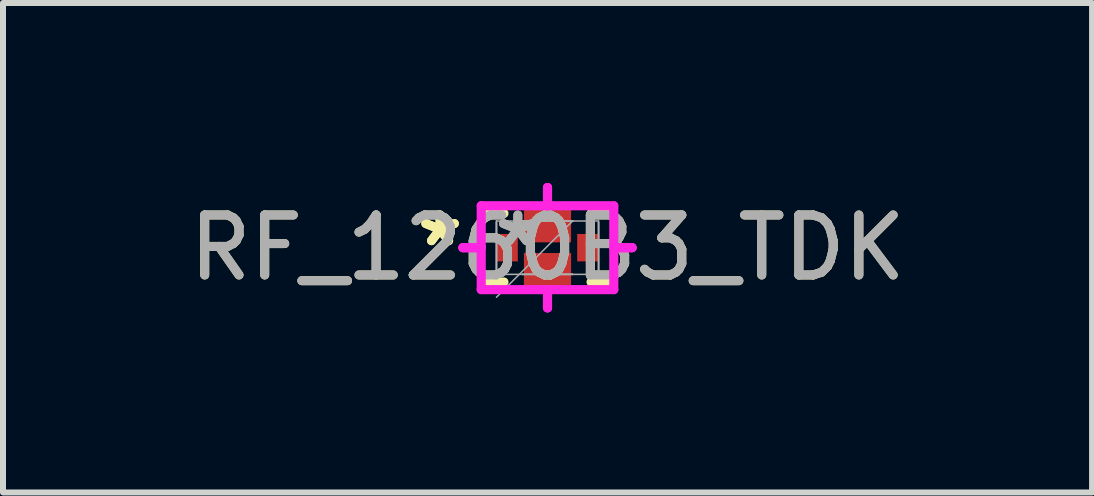
<source format=kicad_pcb>
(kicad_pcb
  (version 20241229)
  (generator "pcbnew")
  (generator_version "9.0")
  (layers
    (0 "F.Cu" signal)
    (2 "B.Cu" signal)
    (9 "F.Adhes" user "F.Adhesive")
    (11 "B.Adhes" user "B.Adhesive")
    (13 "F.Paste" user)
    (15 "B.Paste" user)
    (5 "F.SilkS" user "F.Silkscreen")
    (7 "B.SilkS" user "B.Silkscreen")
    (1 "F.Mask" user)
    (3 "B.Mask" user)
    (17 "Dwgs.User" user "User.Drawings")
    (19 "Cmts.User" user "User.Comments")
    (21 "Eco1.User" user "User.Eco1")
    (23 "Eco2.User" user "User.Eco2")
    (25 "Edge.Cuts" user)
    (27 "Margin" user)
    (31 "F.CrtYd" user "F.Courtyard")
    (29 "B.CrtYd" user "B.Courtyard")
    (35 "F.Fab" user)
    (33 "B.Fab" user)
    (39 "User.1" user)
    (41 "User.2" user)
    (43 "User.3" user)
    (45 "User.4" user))
  (footprint "RF_1260B3_TDK"
    (layer "F.Cu")
    (at 6.077 1.079)
    (property "Reference" "RF_1260B3_TDK" (at 0 0 0) (unlocked yes) (layer "F.SilkS") (effects (font (size 1 1) (thickness 0.15))))
    (attr smd)
    (fp_line (start -0.978 0.572) (end -0.726 0.572) (stroke (width 0.152) (type solid)) (layer "F.SilkS"))
    (fp_line (start -0.726 -0.572) (end -0.978 -0.572) (stroke (width 0.152) (type solid)) (layer "F.SilkS"))
    (fp_line (start 0.726 0.572) (end 0.978 0.572) (stroke (width 0.152) (type solid)) (layer "F.SilkS"))
    (fp_line (start 0.978 -0.572) (end 0.726 -0.572) (stroke (width 0.152) (type solid)) (layer "F.SilkS"))
    (fp_line (start -1.41 0) (end -1.41 0) (stroke (width 0.152) (type solid)) (layer "F.CrtYd"))
    (fp_line (start -1.41 0) (end -1.105 0) (stroke (width 0.152) (type solid)) (layer "F.CrtYd"))
    (fp_line (start -1.105 -0.699) (end 0 -0.699) (stroke (width 0.152) (type solid)) (layer "F.CrtYd"))
    (fp_line (start -1.105 0) (end -1.41 0) (stroke (width 0.152) (type solid)) (layer "F.CrtYd"))
    (fp_line (start -1.105 0) (end -1.105 -0.699) (stroke (width 0.152) (type solid)) (layer "F.CrtYd"))
    (fp_line (start -1.105 0.699) (end -1.105 0) (stroke (width 0.152) (type solid)) (layer "F.CrtYd"))
    (fp_line (start 0 -1.003) (end 0 -1.003) (stroke (width 0.152) (type solid)) (layer "F.CrtYd"))
    (fp_line (start 0 -1.003) (end 0 -0.699) (stroke (width 0.152) (type solid)) (layer "F.CrtYd"))
    (fp_line (start 0 -0.699) (end 0 -1.003) (stroke (width 0.152) (type solid)) (layer "F.CrtYd"))
    (fp_line (start 0 -0.699) (end 1.105 -0.699) (stroke (width 0.152) (type solid)) (layer "F.CrtYd"))
    (fp_line (start 0 0.699) (end -1.105 0.699) (stroke (width 0.152) (type solid)) (layer "F.CrtYd"))
    (fp_line (start 0 0.699) (end 0 1.003) (stroke (width 0.152) (type solid)) (layer "F.CrtYd"))
    (fp_line (start 0 1.003) (end 0 0.699) (stroke (width 0.152) (type solid)) (layer "F.CrtYd"))
    (fp_line (start 0 1.003) (end 0 1.003) (stroke (width 0.152) (type solid)) (layer "F.CrtYd"))
    (fp_line (start 1.105 -0.699) (end 1.105 0) (stroke (width 0.152) (type solid)) (layer "F.CrtYd"))
    (fp_line (start 1.105 0) (end 1.105 0.699) (stroke (width 0.152) (type solid)) (layer "F.CrtYd"))
    (fp_line (start 1.105 0) (end 1.41 0) (stroke (width 0.152) (type solid)) (layer "F.CrtYd"))
    (fp_line (start 1.105 0.699) (end 0 0.699) (stroke (width 0.152) (type solid)) (layer "F.CrtYd"))
    (fp_line (start 1.41 0) (end 1.105 0) (stroke (width 0.152) (type solid)) (layer "F.CrtYd"))
    (fp_line (start 1.41 0) (end 1.41 0) (stroke (width 0.152) (type solid)) (layer "F.CrtYd"))
    (fp_line (start -0.851 -0.445) (end -0.851 -0.445) (stroke (width 0.025) (type solid)) (layer "F.Fab"))
    (fp_line (start -0.851 -0.445) (end -0.851 0.445) (stroke (width 0.025) (type solid)) (layer "F.Fab"))
    (fp_line (start -0.851 -0.419) (end -0.851 -0.419) (stroke (width 0.025) (type solid)) (layer "F.Fab"))
    (fp_line (start -0.851 -0.419) (end -0.851 0.419) (stroke (width 0.025) (type solid)) (layer "F.Fab"))
    (fp_line (start -0.851 0.419) (end -0.851 -0.419) (stroke (width 0.025) (type solid)) (layer "F.Fab"))
    (fp_line (start -0.851 0.419) (end -0.851 0.419) (stroke (width 0.025) (type solid)) (layer "F.Fab"))
    (fp_line (start -0.851 0.445) (end -0.851 0.445) (stroke (width 0.025) (type solid)) (layer "F.Fab"))
    (fp_line (start -0.851 0.445) (end 0.851 0.445) (stroke (width 0.025) (type solid)) (layer "F.Fab"))
    (fp_line (start -0.851 0.826) (end 0.419 -0.445) (stroke (width 0.025) (type solid)) (layer "F.Fab"))
    (fp_line (start -0.419 -0.445) (end -0.419 -0.445) (stroke (width 0.025) (type solid)) (layer "F.Fab"))
    (fp_line (start -0.419 -0.445) (end 0.419 -0.445) (stroke (width 0.025) (type solid)) (layer "F.Fab"))
    (fp_line (start -0.419 0.445) (end -0.419 0.445) (stroke (width 0.025) (type solid)) (layer "F.Fab"))
    (fp_line (start -0.419 0.445) (end 0.419 0.445) (stroke (width 0.025) (type solid)) (layer "F.Fab"))
    (fp_line (start 0.419 -0.445) (end -0.419 -0.445) (stroke (width 0.025) (type solid)) (layer "F.Fab"))
    (fp_line (start 0.419 -0.445) (end 0.419 -0.445) (stroke (width 0.025) (type solid)) (layer "F.Fab"))
    (fp_line (start 0.419 0.445) (end -0.419 0.445) (stroke (width 0.025) (type solid)) (layer "F.Fab"))
    (fp_line (start 0.419 0.445) (end 0.419 0.445) (stroke (width 0.025) (type solid)) (layer "F.Fab"))
    (fp_line (start 0.851 -0.445) (end -0.851 -0.445) (stroke (width 0.025) (type solid)) (layer "F.Fab"))
    (fp_line (start 0.851 -0.445) (end 0.851 -0.445) (stroke (width 0.025) (type solid)) (layer "F.Fab"))
    (fp_line (start 0.851 -0.419) (end 0.851 -0.419) (stroke (width 0.025) (type solid)) (layer "F.Fab"))
    (fp_line (start 0.851 -0.419) (end 0.851 0.419) (stroke (width 0.025) (type solid)) (layer "F.Fab"))
    (fp_line (start 0.851 0.419) (end 0.851 -0.419) (stroke (width 0.025) (type solid)) (layer "F.Fab"))
    (fp_line (start 0.851 0.419) (end 0.851 0.419) (stroke (width 0.025) (type solid)) (layer "F.Fab"))
    (fp_line (start 0.851 0.445) (end 0.851 -0.445) (stroke (width 0.025) (type solid)) (layer "F.Fab"))
    (fp_line (start 0.851 0.445) (end 0.851 0.445) (stroke (width 0.025) (type solid)) (layer "F.Fab"))
    (fp_text user "*" (at -1.791 0 0) (layer "F.SilkS") (effects (font (size 1 1) (thickness 0.15))))
    (fp_text user "*" (at -1.791 0 0) (unlocked yes) (layer "F.SilkS") (effects (font (size 1 1) (thickness 0.15))))
    (fp_text user "${REFERENCE}" (at 0 0 0) (unlocked yes) (layer "F.Fab") (effects (font (size 1 1) (thickness 0.15))))
    (fp_text user "*" (at -0.495 0 0) (unlocked yes) (layer "F.Fab") (effects (font (size 1 1) (thickness 0.15))))
    (fp_text user "*" (at -0.495 0 0) (layer "F.Fab") (effects (font (size 1 1) (thickness 0.15))))
    (pad "1" smd rect (at -0.673 0 90) (size 0.457 0.356) (layers "F.Cu" "F.Mask" "F.Paste"))
    (pad "2" smd rect (at 0 0.419) (size 0.787 0.66) (layers "F.Cu" "F.Mask" "F.Paste"))
    (pad "3" smd rect (at 0.673 0 90) (size 0.457 0.356) (layers "F.Cu" "F.Mask" "F.Paste"))
    (pad "4" smd rect (at 0 -0.419) (size 0.787 0.66) (layers "F.Cu" "F.Mask" "F.Paste")))
  (gr_rect
    (start -3 -3)
    (end 15.155 5.159)
    (stroke (width 0.1) (type default))
    (fill no)
    (layer "Edge.Cuts")))
</source>
